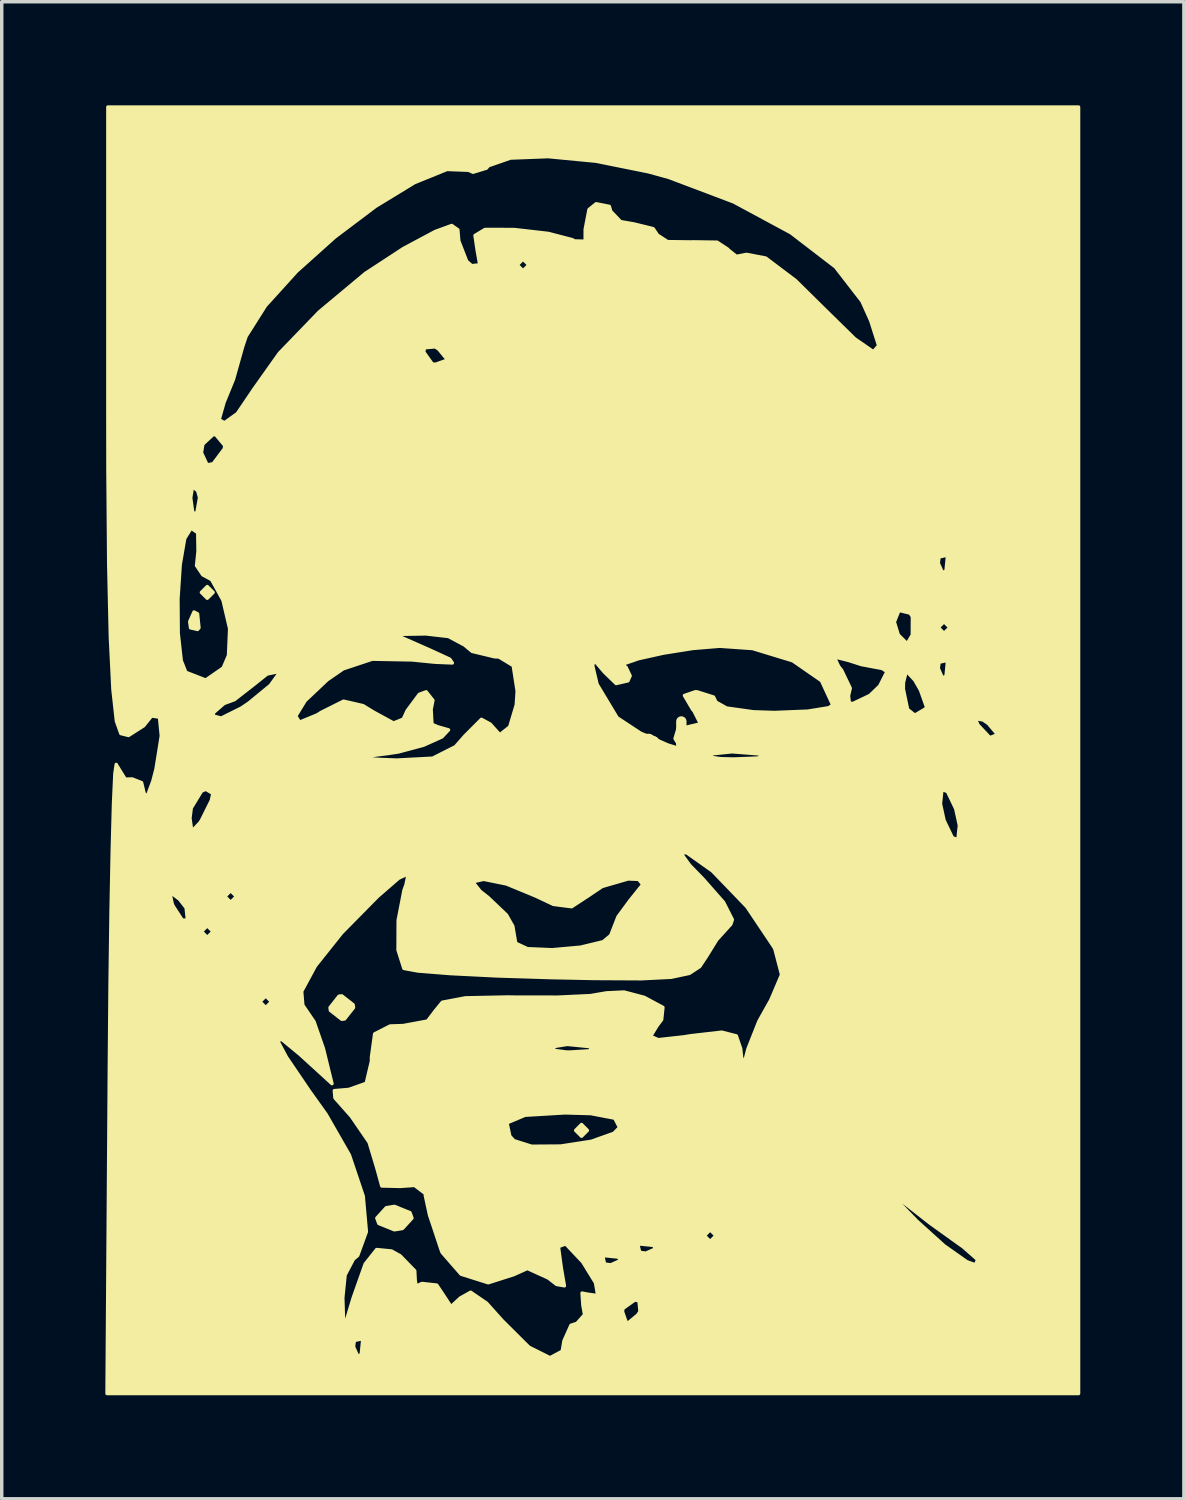
<source format=kicad_pcb>
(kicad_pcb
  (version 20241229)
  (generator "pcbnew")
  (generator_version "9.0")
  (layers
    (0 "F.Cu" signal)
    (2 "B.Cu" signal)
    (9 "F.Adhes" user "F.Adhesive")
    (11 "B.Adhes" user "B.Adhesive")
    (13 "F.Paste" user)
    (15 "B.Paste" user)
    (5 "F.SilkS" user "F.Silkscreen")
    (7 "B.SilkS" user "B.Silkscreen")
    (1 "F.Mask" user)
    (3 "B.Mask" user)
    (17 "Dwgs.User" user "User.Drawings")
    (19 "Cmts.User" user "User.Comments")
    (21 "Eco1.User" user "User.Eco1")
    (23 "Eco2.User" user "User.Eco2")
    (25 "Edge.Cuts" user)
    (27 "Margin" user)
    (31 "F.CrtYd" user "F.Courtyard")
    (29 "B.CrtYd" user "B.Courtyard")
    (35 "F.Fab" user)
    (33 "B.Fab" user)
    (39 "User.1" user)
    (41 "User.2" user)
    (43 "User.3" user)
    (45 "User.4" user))
  (footprint "anool"
    (layer "F.Cu")
    (at 13.959 18.677)
    (property "Reference" "anool" (at 0 0 0) (layer "F.SilkS") (effects (font (size 1.524 1.524) (thickness 0.3))))
    (attr through_hole)
    (fp_poly (pts (xy -10.837 -4.572) (xy -11.007 -4.403) (xy -11.176 -4.572) (xy -11.007 -4.741) (xy -10.837 -4.572)) (stroke (width 0.1) (type solid)) (fill yes) (layer "F.SilkS"))
    (fp_poly (pts (xy 0 11.007) (xy -0.169 11.176) (xy -0.339 11.007) (xy -0.169 10.837) (xy 0 11.007)) (stroke (width 0.1) (type solid)) (fill yes) (layer "F.SilkS"))
    (fp_poly (pts (xy -11.248 -3.549) (xy -11.289 -3.5) (xy -11.49 -3.546) (xy -11.515 -3.725) (xy -11.391 -4.004) (xy -11.289 -3.951) (xy -11.248 -3.549)) (stroke (width 0.1) (type solid)) (fill yes) (layer "F.SilkS"))
    (fp_poly (pts (xy -6.773 7.451) (xy -7.031 7.779) (xy -7.112 7.789) (xy -7.441 7.532) (xy -7.451 7.451) (xy -7.193 7.122) (xy -7.112 7.112) (xy -6.783 7.37) (xy -6.773 7.451)) (stroke (width 0.1) (type solid)) (fill yes) (layer "F.SilkS"))
    (fp_poly (pts (xy -5.08 13.547) (xy -5.354 13.847) (xy -5.588 13.885) (xy -6.039 13.702) (xy -6.096 13.547) (xy -5.822 13.246) (xy -5.588 13.208) (xy -5.137 13.391) (xy -5.08 13.547)) (stroke (width 0.1) (type solid)) (fill yes) (layer "F.SilkS"))
    (fp_poly (pts (xy 14.224 18.627) (xy 11.853 18.627) (xy 11.853 -0.488) (xy 11.613 -0.774) (xy 11.462 -0.879) (xy 11.231 -0.919) (xy 11.313 -0.73) (xy 11.654 -0.366) (xy 11.85 -0.441) (xy 11.853 -0.488) (xy 11.853 18.627) (xy 11.302 18.627) (xy 11.302 14.749) (xy 10.881 14.378) (xy 10.828 14.341) (xy 10.774 14.303) (xy 10.774 2.175) (xy 10.668 1.693) (xy 10.499 1.341) (xy 10.499 -3.556) (xy 10.426 -3.628) (xy 10.426 -5.595) (xy 10.386 -5.644) (xy 10.184 -5.598) (xy 10.16 -5.419) (xy 10.284 -5.14) (xy 10.386 -5.193) (xy 10.426 -5.595) (xy 10.426 -3.628) (xy 10.329 -3.725) (xy 10.16 -3.556) (xy 10.329 -3.387) (xy 10.499 -3.556) (xy 10.499 1.341) (xy 10.428 1.193) (xy 10.426 1.193) (xy 10.426 -2.547) (xy 10.386 -2.596) (xy 10.184 -2.55) (xy 10.16 -2.371) (xy 10.284 -2.092) (xy 10.386 -2.145) (xy 10.426 -2.547) (xy 10.426 1.193) (xy 10.267 1.134) (xy 10.224 1.551) (xy 10.329 2.032) (xy 10.57 2.532) (xy 10.73 2.591) (xy 10.774 2.175) (xy 10.774 14.303) (xy 9.929 13.697) (xy 9.816 13.609) (xy 9.816 -1.27) (xy 9.647 -1.745) (xy 9.483 -2.032) (xy 9.413 -2.107) (xy 9.413 -3.869) (xy 9.349 -3.972) (xy 9.023 -4.051) (xy 8.888 -3.716) (xy 9.003 -3.341) (xy 9.262 -3.085) (xy 9.411 -3.34) (xy 9.413 -3.869) (xy 9.413 -2.107) (xy 9.236 -2.298) (xy 9.153 -1.962) (xy 9.149 -1.778) (xy 9.273 -1.183) (xy 9.483 -1.016) (xy 9.808 -1.21) (xy 9.816 -1.27) (xy 9.816 13.609) (xy 9.128 13.071) (xy 8.866 12.889) (xy 9.051 13.129) (xy 9.538 13.631) (xy 10.333 14.349) (xy 10.987 14.81) (xy 11.238 14.901) (xy 11.302 14.749) (xy 11.302 18.627) (xy 8.677 18.627) (xy 8.677 -2.281) (xy 8.536 -2.371) (xy 8.436 -2.389) (xy 8.436 -11.718) (xy 8.206 -12.441) (xy 7.952 -13.005) (xy 7.184 -13.997) (xy 5.896 -14.986) (xy 4.238 -15.88) (xy 2.362 -16.589) (xy 1.774 -16.752) (xy 0.252 -17.059) (xy -1.136 -17.192) (xy -2.228 -17.15) (xy -2.864 -16.929) (xy -2.926 -16.857) (xy -3.311 -16.74) (xy -3.439 -16.797) (xy -4.065 -16.821) (xy -5.007 -16.439) (xy -6.134 -15.751) (xy -7.316 -14.86) (xy -8.422 -13.868) (xy -9.321 -12.876) (xy -9.883 -11.988) (xy -9.984 -11.684) (xy -10.249 -10.742) (xy -10.522 -10.075) (xy -10.664 -9.574) (xy -10.51 -9.483) (xy -10.135 -9.752) (xy -9.695 -10.402) (xy -9.689 -10.414) (xy -8.919 -11.499) (xy -7.761 -12.698) (xy -6.428 -13.81) (xy -5.324 -14.532) (xy -4.405 -15.023) (xy -3.929 -15.197) (xy -3.751 -15.072) (xy -3.725 -14.752) (xy -3.495 -14.16) (xy -3.35 -14.032) (xy -3.116 -14.058) (xy -3.19 -14.476) (xy -3.253 -14.908) (xy -2.963 -15.082) (xy -2.167 -15.081) (xy -2.091 -15.077) (xy -1.132 -14.967) (xy -0.444 -14.788) (xy -0.366 -14.749) (xy -0.063 -14.742) (xy -0.062 -15.086) (xy 0.048 -15.659) (xy 0.254 -15.826) (xy 0.636 -15.75) (xy 0.677 -15.607) (xy 0.961 -15.309) (xy 1.355 -15.24) (xy 1.905 -15.105) (xy 2.032 -14.917) (xy 2.322 -14.729) (xy 3.022 -14.72) (xy 3.048 -14.723) (xy 3.757 -14.713) (xy 4.064 -14.511) (xy 4.064 -14.502) (xy 4.314 -14.303) (xy 4.608 -14.36) (xy 5.164 -14.254) (xy 6.023 -13.606) (xy 6.809 -12.831) (xy 7.744 -11.914) (xy 8.284 -11.542) (xy 8.436 -11.718) (xy 8.436 -2.389) (xy 7.94 -2.482) (xy 7.563 -2.603) (xy 7.145 -2.708) (xy 7.274 -2.431) (xy 7.363 -2.318) (xy 7.612 -1.798) (xy 7.561 -1.578) (xy 7.586 -1.368) (xy 7.691 -1.355) (xy 8.183 -1.589) (xy 8.467 -1.863) (xy 8.677 -2.281) (xy 8.677 18.627) (xy 7.107 18.627) (xy 7.107 -1.309) (xy 6.78 -2.016) (xy 5.948 -2.592) (xy 4.785 -2.947) (xy 3.832 -3.014) (xy 3.051 -2.949) (xy 2.207 -2.815) (xy 1.479 -2.653) (xy 1.048 -2.504) (xy 1.093 -2.408) (xy 1.121 -2.404) (xy 1.238 -2.156) (xy 1.173 -2.012) (xy 0.833 -1.934) (xy 0.491 -2.266) (xy 0.19 -2.62) (xy 0.154 -2.447) (xy 0.281 -1.909) (xy 0.863 -0.941) (xy 1.536 -0.498) (xy 2.33 -0.153) (xy 2.647 -0.055) (xy 2.635 -0.182) (xy 2.54 -0.339) (xy 2.624 -0.622) (xy 2.9 -0.677) (xy 3.276 -0.765) (xy 3.093 -1.13) (xy 3.048 -1.185) (xy 2.812 -1.586) (xy 3.123 -1.693) (xy 3.176 -1.693) (xy 3.653 -1.542) (xy 3.725 -1.394) (xy 4.03 -1.223) (xy 4.809 -1.114) (xy 5.419 -1.094) (xy 6.384 -1.133) (xy 6.994 -1.232) (xy 7.107 -1.309) (xy 7.107 18.627) (xy 5.625 18.627) (xy 5.625 6.498) (xy 5.433 5.76) (xy 5.4 5.695) (xy 5.11 5.262) (xy 5.11 0.149) (xy 4.999 0.106) (xy 4.186 0.043) (xy 3.645 0.099) (xy 3.457 0.188) (xy 3.864 0.244) (xy 4.233 0.253) (xy 4.93 0.226) (xy 5.11 0.149) (xy 5.11 5.262) (xy 4.619 4.53) (xy 3.623 3.496) (xy 2.879 2.969) (xy 2.696 2.962) (xy 2.961 3.328) (xy 3.341 3.718) (xy 3.944 4.403) (xy 4.198 4.903) (xy 4.154 5.036) (xy 3.747 5.485) (xy 3.452 5.963) (xy 3.254 6.262) (xy 2.953 6.46) (xy 2.426 6.572) (xy 1.606 6.613) (xy 1.606 3.886) (xy 1.484 3.737) (xy 1.18 3.725) (xy 0.426 3.944) (xy 0.013 4.222) (xy -0.457 4.529) (xy -0.982 4.462) (xy -1.492 4.222) (xy -1.693 4.138) (xy -1.693 -14.055) (xy -1.863 -14.224) (xy -2.032 -14.055) (xy -1.863 -13.885) (xy -1.693 -14.055) (xy -1.693 4.138) (xy -2.032 3.998) (xy -2.032 -1.713) (xy -2.146 -2.452) (xy -2.56 -2.703) (xy -2.689 -2.709) (xy -3.338 -2.865) (xy -3.556 -3.048) (xy -4.018 -3.295) (xy -4.064 -3.301) (xy -4.064 -11.325) (xy -4.301 -11.614) (xy -4.403 -11.684) (xy -4.715 -11.657) (xy -4.741 -11.535) (xy -4.495 -11.19) (xy -4.403 -11.176) (xy -4.073 -11.292) (xy -4.064 -11.325) (xy -4.064 -3.301) (xy -4.677 -3.371) (xy -5.588 -3.356) (xy -4.572 -2.908) (xy -3.985 -2.638) (xy -3.911 -2.53) (xy -4.411 -2.551) (xy -5.08 -2.618) (xy -6.23 -2.639) (xy -7.073 -2.359) (xy -7.535 -2.04) (xy -8.171 -1.439) (xy -8.445 -0.991) (xy -8.336 -0.814) (xy -7.823 -1.025) (xy -7.708 -1.098) (xy -7.06 -1.422) (xy -6.497 -1.292) (xy -6.187 -1.103) (xy -5.612 -0.789) (xy -5.331 -0.903) (xy -5.217 -1.149) (xy -4.867 -1.62) (xy -4.669 -1.693) (xy -4.473 -1.446) (xy -4.525 -1.185) (xy -4.501 -0.751) (xy -4.324 -0.677) (xy -4.021 -0.591) (xy -4.213 -0.387) (xy -4.746 -0.147) (xy -5.47 0.047) (xy -5.757 0.091) (xy -6.453 0.179) (xy -6.547 0.229) (xy -6.007 0.265) (xy -5.523 0.284) (xy -4.479 0.229) (xy -3.822 -0.103) (xy -3.54 -0.423) (xy -3.067 -0.896) (xy -2.815 -0.76) (xy -2.536 -0.45) (xy -2.248 -0.678) (xy -2.058 -1.314) (xy -2.032 -1.713) (xy -2.032 3.998) (xy -2.343 3.87) (xy -3.002 3.736) (xy -3.323 3.808) (xy -3.107 4.08) (xy -2.879 4.259) (xy -2.343 4.769) (xy -2.159 5.095) (xy -2.079 5.568) (xy -2.074 5.588) (xy -1.736 5.746) (xy -1.019 5.776) (xy -0.197 5.702) (xy 0.458 5.544) (xy 0.677 5.361) (xy 0.887 4.821) (xy 1.238 4.345) (xy 1.606 3.886) (xy 1.606 6.613) (xy 1.551 6.615) (xy 0.205 6.608) (xy -1.031 6.583) (xy -2.629 6.533) (xy -3.967 6.466) (xy -4.907 6.391) (xy -5.311 6.317) (xy -5.313 6.315) (xy -5.482 5.784) (xy -5.478 4.922) (xy -5.309 4.052) (xy -5.252 3.895) (xy -5.186 3.575) (xy -5.465 3.703) (xy -6.075 4.233) (xy -7.116 5.289) (xy -7.875 6.242) (xy -8.274 6.98) (xy -8.24 7.393) (xy -8.228 7.401) (xy -7.915 7.861) (xy -7.645 8.636) (xy -7.396 9.652) (xy -8.324 8.805) (xy -8.844 8.376) (xy -8.925 8.387) (xy -8.925 -2.234) (xy -8.939 -2.279) (xy -9.277 -2.209) (xy -9.66 -1.903) (xy -10.22 -1.467) (xy -10.358 -1.416) (xy -10.358 -3.523) (xy -10.499 -4.126) (xy -10.499 -8.825) (xy -10.757 -9.135) (xy -10.837 -9.144) (xy -11.135 -8.868) (xy -11.176 -8.616) (xy -11.012 -8.265) (xy -10.837 -8.297) (xy -10.512 -8.73) (xy -10.499 -8.825) (xy -10.499 -4.126) (xy -10.55 -4.345) (xy -10.88 -4.942) (xy -11.136 -5.08) (xy -11.229 -5.219) (xy -11.229 -7.318) (xy -11.283 -7.514) (xy -11.434 -7.642) (xy -11.488 -7.31) (xy -11.426 -6.87) (xy -11.31 -6.865) (xy -11.229 -7.318) (xy -11.229 -5.219) (xy -11.317 -5.349) (xy -11.274 -5.757) (xy -11.282 -6.3) (xy -11.475 -6.435) (xy -11.661 -6.134) (xy -11.791 -5.378) (xy -11.856 -4.389) (xy -11.849 -3.387) (xy -11.761 -2.593) (xy -11.628 -2.258) (xy -11.051 -2.034) (xy -10.546 -2.384) (xy -10.391 -2.746) (xy -10.358 -3.523) (xy -10.358 -1.416) (xy -10.523 -1.355) (xy -10.825 -1.093) (xy -10.837 -0.993) (xy -10.602 -0.932) (xy -10.015 -1.225) (xy -9.802 -1.369) (xy -9.178 -1.882) (xy -8.925 -2.234) (xy -8.925 8.387) (xy -8.977 8.395) (xy -8.715 8.886) (xy -8.046 9.872) (xy -7.566 10.544) (xy -6.891 11.722) (xy -6.491 12.913) (xy -6.4 13.941) (xy -6.652 14.632) (xy -6.773 14.732) (xy -7.016 15.193) (xy -7.083 15.853) (xy -7.054 16.764) (xy -6.781 15.859) (xy -6.434 14.877) (xy -6.102 14.458) (xy -5.672 14.5) (xy -5.425 14.637) (xy -5 15.073) (xy -4.985 15.36) (xy -4.956 15.517) (xy -4.791 15.44) (xy -4.363 15.487) (xy -4.184 15.755) (xy -3.949 16.112) (xy -3.678 15.861) (xy -3.381 15.694) (xy -2.921 16.008) (xy -2.471 16.51) (xy -1.694 17.284) (xy -1.081 17.591) (xy -0.727 17.401) (xy -0.677 17.103) (xy -0.475 16.652) (xy -0.302 16.595) (xy -0.08 16.347) (xy -0.129 16.069) (xy -0.153 15.719) (xy 0.004 15.75) (xy 0.299 15.791) (xy 0.237 15.419) (xy -0.133 14.817) (xy -0.628 14.293) (xy -0.839 14.372) (xy -0.756 14.986) (xy -0.666 15.507) (xy -0.892 15.467) (xy -1.127 15.283) (xy -1.737 15.005) (xy -2.134 15.184) (xy -2.871 15.419) (xy -3.658 15.17) (xy -4.207 14.539) (xy -4.241 14.447) (xy -4.469 13.758) (xy -4.569 13.462) (xy -4.689 12.906) (xy -4.699 12.83) (xy -5.004 12.599) (xy -5.419 12.629) (xy -5.953 12.616) (xy -6.096 12.097) (xy -6.32 11.352) (xy -6.832 10.605) (xy -7.309 10.066) (xy -7.327 9.857) (xy -6.904 9.821) (xy -6.403 9.643) (xy -6.252 9.003) (xy -6.252 8.89) (xy -6.159 8.212) (xy -5.711 7.984) (xy -5.334 7.972) (xy -4.628 7.841) (xy -4.403 7.543) (xy -4.2 7.296) (xy -3.53 7.169) (xy -2.296 7.144) (xy -2.068 7.148) (xy -0.856 7.149) (xy 0.086 7.105) (xy 0.555 7.025) (xy 0.557 7.025) (xy 1.065 7.001) (xy 1.647 7.155) (xy 2.187 7.445) (xy 2.151 7.799) (xy 2.019 7.974) (xy 1.83 8.284) (xy 2.051 8.381) (xy 2.798 8.298) (xy 2.996 8.266) (xy 3.893 8.163) (xy 4.313 8.271) (xy 4.439 8.641) (xy 4.442 8.677) (xy 4.489 9.11) (xy 4.586 8.896) (xy 4.65 8.65) (xy 4.969 7.845) (xy 5.312 7.233) (xy 5.625 6.498) (xy 5.625 18.627) (xy 3.725 18.627) (xy 3.725 14.055) (xy 3.556 13.885) (xy 3.387 14.055) (xy 3.556 14.224) (xy 3.725 14.055) (xy 3.725 18.627) (xy 1.972 18.627) (xy 1.972 14.439) (xy 1.919 14.337) (xy 1.517 14.296) (xy 1.468 14.337) (xy 1.514 14.538) (xy 1.693 14.563) (xy 1.972 14.439) (xy 1.972 18.627) (xy 1.524 18.627) (xy 1.524 16.256) (xy 1.497 15.944) (xy 1.375 15.917) (xy 1.03 16.163) (xy 1.016 16.256) (xy 1.132 16.586) (xy 1.165 16.595) (xy 1.454 16.357) (xy 1.524 16.256) (xy 1.524 18.627) (xy 0.956 18.627) (xy 0.956 14.777) (xy 0.933 14.733) (xy 0.933 10.922) (xy 0.793 10.653) (xy 0.121 10.524) (xy 0.121 8.597) (xy 0.091 8.583) (xy -0.581 8.516) (xy -0.925 8.571) (xy -1.063 8.678) (xy -0.613 8.737) (xy -0.508 8.739) (xy 0.07 8.703) (xy 0.121 8.597) (xy 0.121 10.524) (xy 0.101 10.52) (xy -0.649 10.499) (xy -1.806 10.568) (xy -2.328 10.788) (xy -2.247 11.174) (xy -2.129 11.305) (xy -1.615 11.467) (xy -0.774 11.461) (xy 0.114 11.324) (xy 0.77 11.09) (xy 0.933 10.922) (xy 0.933 14.733) (xy 0.903 14.676) (xy 0.501 14.635) (xy 0.452 14.676) (xy 0.498 14.877) (xy 0.677 14.901) (xy 0.956 14.777) (xy 0.956 18.627) (xy 0.157 18.627) (xy -6.507 18.627) (xy -6.507 17.096) (xy -6.548 17.046) (xy -6.749 17.093) (xy -6.773 17.272) (xy -6.649 17.551) (xy -6.548 17.498) (xy -6.507 17.096) (xy -6.507 18.627) (xy -9.144 18.627) (xy -9.144 7.281) (xy -9.313 7.112) (xy -9.483 7.281) (xy -9.313 7.451) (xy -9.144 7.281) (xy -9.144 18.627) (xy -10.16 18.627) (xy -10.16 4.233) (xy -10.329 4.064) (xy -10.499 4.233) (xy -10.329 4.403) (xy -10.16 4.233) (xy -10.16 18.627) (xy -10.837 18.627) (xy -10.837 5.249) (xy -10.843 5.244) (xy -10.843 1.25) (xy -11.05 1.127) (xy -11.176 1.185) (xy -11.471 1.669) (xy -11.509 1.967) (xy -11.455 2.346) (xy -11.221 2.1) (xy -11.176 2.032) (xy -10.888 1.453) (xy -10.843 1.25) (xy -10.843 5.244) (xy -11.007 5.08) (xy -11.176 5.249) (xy -11.007 5.419) (xy -10.837 5.249) (xy -10.837 18.627) (xy -11.58 18.627) (xy -11.58 4.92) (xy -11.618 4.561) (xy -11.811 4.312) (xy -12.096 4.098) (xy -12.025 4.438) (xy -12.001 4.502) (xy -11.733 4.917) (xy -11.58 4.92) (xy -11.58 18.627) (xy -13.909 18.627) (xy -13.843 9.229) (xy -13.822 6.821) (xy -13.793 4.684) (xy -13.758 2.895) (xy -13.721 1.534) (xy -13.682 0.679) (xy -13.643 0.41) (xy -13.636 0.427) (xy -13.382 0.836) (xy -13.182 0.831) (xy -12.91 0.937) (xy -12.835 1.25) (xy -12.752 1.351) (xy -12.581 0.891) (xy -12.491 0.542) (xy -12.337 -0.417) (xy -12.39 -0.96) (xy -12.622 -0.994) (xy -12.85 -0.709) (xy -13.288 -0.43) (xy -13.509 -0.485) (xy -13.637 -0.843) (xy -13.738 -1.761) (xy -13.812 -3.263) (xy -13.86 -5.378) (xy -13.883 -8.13) (xy -13.885 -9.672) (xy -13.885 -18.627) (xy 0.169 -18.627) (xy 14.224 -18.627) (xy 14.224 0) (xy 14.224 18.627)) (stroke (width 0.1) (type solid)) (fill yes) (layer "F.SilkS")))
  (gr_rect
    (start -3 -3)
    (end 31.233 40.353)
    (stroke (width 0.1) (type default))
    (fill no)
    (layer "Edge.Cuts")))
</source>
